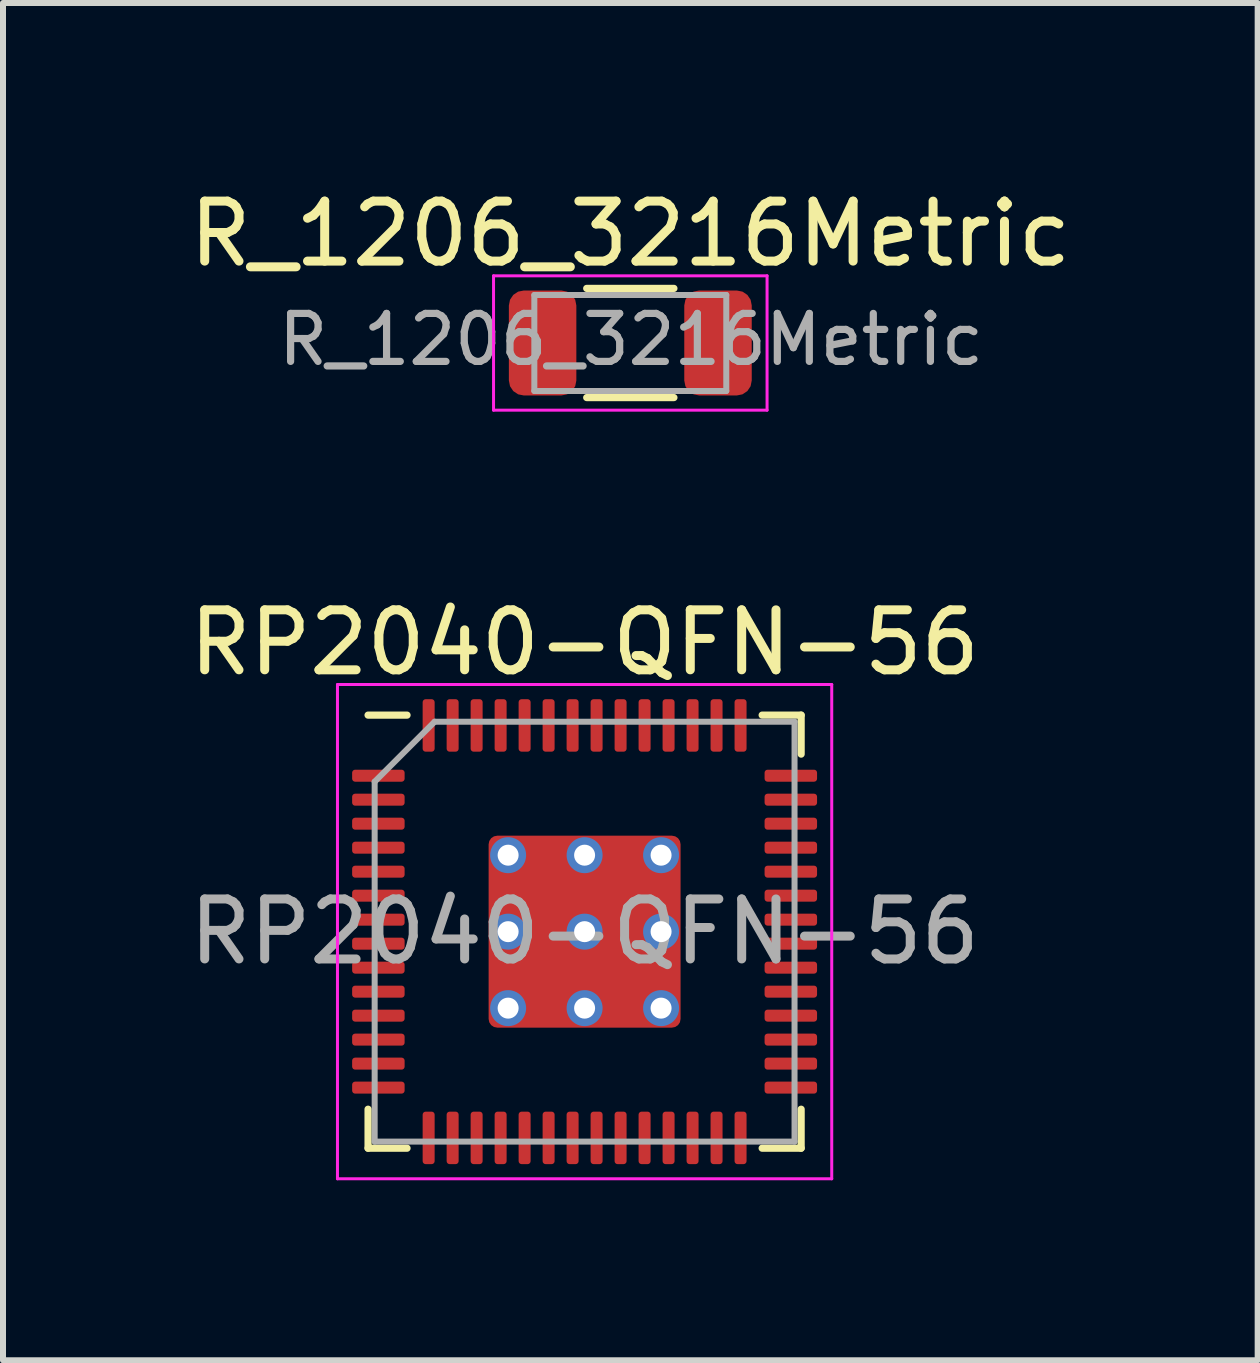
<source format=kicad_pcb>
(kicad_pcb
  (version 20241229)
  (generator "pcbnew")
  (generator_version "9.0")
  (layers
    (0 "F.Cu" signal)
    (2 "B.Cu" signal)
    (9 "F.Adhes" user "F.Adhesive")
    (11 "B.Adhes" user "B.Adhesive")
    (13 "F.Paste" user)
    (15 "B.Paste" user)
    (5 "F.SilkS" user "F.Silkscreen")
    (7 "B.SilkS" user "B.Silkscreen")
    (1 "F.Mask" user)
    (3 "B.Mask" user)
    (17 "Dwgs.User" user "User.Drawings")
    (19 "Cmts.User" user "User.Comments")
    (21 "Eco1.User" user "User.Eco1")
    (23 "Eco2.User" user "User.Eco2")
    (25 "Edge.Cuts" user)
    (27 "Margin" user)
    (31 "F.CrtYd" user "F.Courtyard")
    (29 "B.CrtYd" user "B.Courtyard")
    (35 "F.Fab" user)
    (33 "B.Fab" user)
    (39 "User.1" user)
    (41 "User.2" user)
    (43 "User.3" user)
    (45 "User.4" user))
  (footprint "R_1206_3216Metric"
    (placed yes)
    (layer "F.Cu")
    (at 7.458 2.668)
    (property "Reference" "R_1206_3216Metric" (at 0 -1.82 0) (layer "F.SilkS") (effects (font (size 1 1) (thickness 0.15))))
    (attr smd)
    (fp_line (start -0.727 -0.91) (end 0.727 -0.91) (stroke (width 0.12) (type solid)) (layer "F.SilkS"))
    (fp_line (start -0.727 0.91) (end 0.727 0.91) (stroke (width 0.12) (type solid)) (layer "F.SilkS"))
    (fp_line (start -2.28 -1.12) (end 2.28 -1.12) (stroke (width 0.05) (type solid)) (layer "F.CrtYd"))
    (fp_line (start -2.28 1.12) (end -2.28 -1.12) (stroke (width 0.05) (type solid)) (layer "F.CrtYd"))
    (fp_line (start 2.28 -1.12) (end 2.28 1.12) (stroke (width 0.05) (type solid)) (layer "F.CrtYd"))
    (fp_line (start 2.28 1.12) (end -2.28 1.12) (stroke (width 0.05) (type solid)) (layer "F.CrtYd"))
    (fp_line (start -1.6 -0.8) (end 1.6 -0.8) (stroke (width 0.1) (type solid)) (layer "F.Fab"))
    (fp_line (start -1.6 0.8) (end -1.6 -0.8) (stroke (width 0.1) (type solid)) (layer "F.Fab"))
    (fp_line (start 1.6 -0.8) (end 1.6 0.8) (stroke (width 0.1) (type solid)) (layer "F.Fab"))
    (fp_line (start 1.6 0.8) (end -1.6 0.8) (stroke (width 0.1) (type solid)) (layer "F.Fab"))
    (fp_text user "${REFERENCE}" (at 0.013 -0.057 0) (layer "F.Fab") (effects (font (size 0.8 0.8) (thickness 0.12))))
    (pad "1" smd roundrect (at -1.462 0 180) (size 1.125 1.75) (layers "F.Cu" "F.Mask" "F.Paste") (roundrect_rratio 0.222))
    (pad "2" smd roundrect (at 1.462 0 180) (size 1.125 1.75) (layers "F.Cu" "F.Mask" "F.Paste") (roundrect_rratio 0.222)))
  (footprint "RP2040-QFN-56"
    (layer "F.Cu")
    (at 6.696 12.482)
    (property "Reference" "RP2040-QFN-56" (at 0 -4.82 0) (layer "F.SilkS") (effects (font (size 1 1) (thickness 0.15))))
    (attr smd)
    (fp_line (start -3.61 3.61) (end -3.61 2.96) (stroke (width 0.12) (type solid)) (layer "F.SilkS"))
    (fp_line (start -2.96 -3.61) (end -3.61 -3.61) (stroke (width 0.12) (type solid)) (layer "F.SilkS"))
    (fp_line (start -2.96 3.61) (end -3.61 3.61) (stroke (width 0.12) (type solid)) (layer "F.SilkS"))
    (fp_line (start 2.96 -3.61) (end 3.61 -3.61) (stroke (width 0.12) (type solid)) (layer "F.SilkS"))
    (fp_line (start 2.96 3.61) (end 3.61 3.61) (stroke (width 0.12) (type solid)) (layer "F.SilkS"))
    (fp_line (start 3.61 -3.61) (end 3.61 -2.96) (stroke (width 0.12) (type solid)) (layer "F.SilkS"))
    (fp_line (start 3.61 3.61) (end 3.61 2.96) (stroke (width 0.12) (type solid)) (layer "F.SilkS"))
    (fp_line (start -4.12 -4.12) (end -4.12 4.12) (stroke (width 0.05) (type solid)) (layer "F.CrtYd"))
    (fp_line (start -4.12 4.12) (end 4.12 4.12) (stroke (width 0.05) (type solid)) (layer "F.CrtYd"))
    (fp_line (start 4.12 -4.12) (end -4.12 -4.12) (stroke (width 0.05) (type solid)) (layer "F.CrtYd"))
    (fp_line (start 4.12 4.12) (end 4.12 -4.12) (stroke (width 0.05) (type solid)) (layer "F.CrtYd"))
    (fp_line (start -3.5 -2.5) (end -2.5 -3.5) (stroke (width 0.1) (type solid)) (layer "F.Fab"))
    (fp_line (start -3.5 3.5) (end -3.5 -2.5) (stroke (width 0.1) (type solid)) (layer "F.Fab"))
    (fp_line (start -2.5 -3.5) (end 3.5 -3.5) (stroke (width 0.1) (type solid)) (layer "F.Fab"))
    (fp_line (start 3.5 -3.5) (end 3.5 3.5) (stroke (width 0.1) (type solid)) (layer "F.Fab"))
    (fp_line (start 3.5 3.5) (end -3.5 3.5) (stroke (width 0.1) (type solid)) (layer "F.Fab"))
    (fp_text user "${REFERENCE}" (at 0 0 0) (layer "F.Fab") (effects (font (size 1 1) (thickness 0.15))))
    (pad "" smd roundrect (at -0.637 -0.637 180) (size 1.084 1.084) (layers "F.Paste") (roundrect_rratio 0.231))
    (pad "" smd roundrect (at -0.637 0.637 180) (size 1.084 1.084) (layers "F.Paste") (roundrect_rratio 0.231))
    (pad "" smd roundrect (at 0.637 -0.637 180) (size 1.084 1.084) (layers "F.Paste") (roundrect_rratio 0.231))
    (pad "" smd roundrect (at 0.637 0.637 180) (size 1.084 1.084) (layers "F.Paste") (roundrect_rratio 0.231))
    (pad "1" smd roundrect (at -3.438 -2.6 180) (size 0.875 0.2) (layers "F.Cu" "F.Mask" "F.Paste") (roundrect_rratio 0.25))
    (pad "2" smd roundrect (at -3.438 -2.2 180) (size 0.875 0.2) (layers "F.Cu" "F.Mask" "F.Paste") (roundrect_rratio 0.25))
    (pad "3" smd roundrect (at -3.438 -1.8 180) (size 0.875 0.2) (layers "F.Cu" "F.Mask" "F.Paste") (roundrect_rratio 0.25))
    (pad "4" smd roundrect (at -3.438 -1.4 180) (size 0.875 0.2) (layers "F.Cu" "F.Mask" "F.Paste") (roundrect_rratio 0.25))
    (pad "5" smd roundrect (at -3.438 -1 180) (size 0.875 0.2) (layers "F.Cu" "F.Mask" "F.Paste") (roundrect_rratio 0.25))
    (pad "6" smd roundrect (at -3.438 -0.6 180) (size 0.875 0.2) (layers "F.Cu" "F.Mask" "F.Paste") (roundrect_rratio 0.25))
    (pad "7" smd roundrect (at -3.438 -0.2 180) (size 0.875 0.2) (layers "F.Cu" "F.Mask" "F.Paste") (roundrect_rratio 0.25))
    (pad "8" smd roundrect (at -3.438 0.2 180) (size 0.875 0.2) (layers "F.Cu" "F.Mask" "F.Paste") (roundrect_rratio 0.25))
    (pad "9" smd roundrect (at -3.438 0.6 180) (size 0.875 0.2) (layers "F.Cu" "F.Mask" "F.Paste") (roundrect_rratio 0.25))
    (pad "10" smd roundrect (at -3.438 1 180) (size 0.875 0.2) (layers "F.Cu" "F.Mask" "F.Paste") (roundrect_rratio 0.25))
    (pad "11" smd roundrect (at -3.438 1.4 180) (size 0.875 0.2) (layers "F.Cu" "F.Mask" "F.Paste") (roundrect_rratio 0.25))
    (pad "12" smd roundrect (at -3.438 1.8 180) (size 0.875 0.2) (layers "F.Cu" "F.Mask" "F.Paste") (roundrect_rratio 0.25))
    (pad "13" smd roundrect (at -3.438 2.2 180) (size 0.875 0.2) (layers "F.Cu" "F.Mask" "F.Paste") (roundrect_rratio 0.25))
    (pad "14" smd roundrect (at -3.438 2.6 180) (size 0.875 0.2) (layers "F.Cu" "F.Mask" "F.Paste") (roundrect_rratio 0.25))
    (pad "15" smd roundrect (at -2.6 3.438 180) (size 0.2 0.875) (layers "F.Cu" "F.Mask" "F.Paste") (roundrect_rratio 0.25))
    (pad "16" smd roundrect (at -2.2 3.438 180) (size 0.2 0.875) (layers "F.Cu" "F.Mask" "F.Paste") (roundrect_rratio 0.25))
    (pad "17" smd roundrect (at -1.8 3.438 180) (size 0.2 0.875) (layers "F.Cu" "F.Mask" "F.Paste") (roundrect_rratio 0.25))
    (pad "18" smd roundrect (at -1.4 3.438 180) (size 0.2 0.875) (layers "F.Cu" "F.Mask" "F.Paste") (roundrect_rratio 0.25))
    (pad "19" smd roundrect (at -1 3.438 180) (size 0.2 0.875) (layers "F.Cu" "F.Mask" "F.Paste") (roundrect_rratio 0.25))
    (pad "20" smd roundrect (at -0.6 3.438 180) (size 0.2 0.875) (layers "F.Cu" "F.Mask" "F.Paste") (roundrect_rratio 0.25))
    (pad "21" smd roundrect (at -0.2 3.438 180) (size 0.2 0.875) (layers "F.Cu" "F.Mask" "F.Paste") (roundrect_rratio 0.25))
    (pad "22" smd roundrect (at 0.2 3.438 180) (size 0.2 0.875) (layers "F.Cu" "F.Mask" "F.Paste") (roundrect_rratio 0.25))
    (pad "23" smd roundrect (at 0.6 3.438 180) (size 0.2 0.875) (layers "F.Cu" "F.Mask" "F.Paste") (roundrect_rratio 0.25))
    (pad "24" smd roundrect (at 1 3.438 180) (size 0.2 0.875) (layers "F.Cu" "F.Mask" "F.Paste") (roundrect_rratio 0.25))
    (pad "25" smd roundrect (at 1.4 3.438 180) (size 0.2 0.875) (layers "F.Cu" "F.Mask" "F.Paste") (roundrect_rratio 0.25))
    (pad "26" smd roundrect (at 1.8 3.438 180) (size 0.2 0.875) (layers "F.Cu" "F.Mask" "F.Paste") (roundrect_rratio 0.25))
    (pad "27" smd roundrect (at 2.2 3.438 180) (size 0.2 0.875) (layers "F.Cu" "F.Mask" "F.Paste") (roundrect_rratio 0.25))
    (pad "28" smd roundrect (at 2.6 3.438 180) (size 0.2 0.875) (layers "F.Cu" "F.Mask" "F.Paste") (roundrect_rratio 0.25))
    (pad "29" smd roundrect (at 3.438 2.6 180) (size 0.875 0.2) (layers "F.Cu" "F.Mask" "F.Paste") (roundrect_rratio 0.25))
    (pad "30" smd roundrect (at 3.438 2.2 180) (size 0.875 0.2) (layers "F.Cu" "F.Mask" "F.Paste") (roundrect_rratio 0.25))
    (pad "31" smd roundrect (at 3.438 1.8 180) (size 0.875 0.2) (layers "F.Cu" "F.Mask" "F.Paste") (roundrect_rratio 0.25))
    (pad "32" smd roundrect (at 3.438 1.4 180) (size 0.875 0.2) (layers "F.Cu" "F.Mask" "F.Paste") (roundrect_rratio 0.25))
    (pad "33" smd roundrect (at 3.438 1 180) (size 0.875 0.2) (layers "F.Cu" "F.Mask" "F.Paste") (roundrect_rratio 0.25))
    (pad "34" smd roundrect (at 3.438 0.6 180) (size 0.875 0.2) (layers "F.Cu" "F.Mask" "F.Paste") (roundrect_rratio 0.25))
    (pad "35" smd roundrect (at 3.438 0.2 180) (size 0.875 0.2) (layers "F.Cu" "F.Mask" "F.Paste") (roundrect_rratio 0.25))
    (pad "36" smd roundrect (at 3.438 -0.2 180) (size 0.875 0.2) (layers "F.Cu" "F.Mask" "F.Paste") (roundrect_rratio 0.25))
    (pad "37" smd roundrect (at 3.438 -0.6 180) (size 0.875 0.2) (layers "F.Cu" "F.Mask" "F.Paste") (roundrect_rratio 0.25))
    (pad "38" smd roundrect (at 3.438 -1 180) (size 0.875 0.2) (layers "F.Cu" "F.Mask" "F.Paste") (roundrect_rratio 0.25))
    (pad "39" smd roundrect (at 3.438 -1.4 180) (size 0.875 0.2) (layers "F.Cu" "F.Mask" "F.Paste") (roundrect_rratio 0.25))
    (pad "40" smd roundrect (at 3.438 -1.8 180) (size 0.875 0.2) (layers "F.Cu" "F.Mask" "F.Paste") (roundrect_rratio 0.25))
    (pad "41" smd roundrect (at 3.438 -2.2 180) (size 0.875 0.2) (layers "F.Cu" "F.Mask" "F.Paste") (roundrect_rratio 0.25))
    (pad "42" smd roundrect (at 3.438 -2.6 180) (size 0.875 0.2) (layers "F.Cu" "F.Mask" "F.Paste") (roundrect_rratio 0.25))
    (pad "43" smd roundrect (at 2.6 -3.438 180) (size 0.2 0.875) (layers "F.Cu" "F.Mask" "F.Paste") (roundrect_rratio 0.25))
    (pad "44" smd roundrect (at 2.2 -3.438 180) (size 0.2 0.875) (layers "F.Cu" "F.Mask" "F.Paste") (roundrect_rratio 0.25))
    (pad "45" smd roundrect (at 1.8 -3.438 180) (size 0.2 0.875) (layers "F.Cu" "F.Mask" "F.Paste") (roundrect_rratio 0.25))
    (pad "46" smd roundrect (at 1.4 -3.438 180) (size 0.2 0.875) (layers "F.Cu" "F.Mask" "F.Paste") (roundrect_rratio 0.25))
    (pad "47" smd roundrect (at 1 -3.438 180) (size 0.2 0.875) (layers "F.Cu" "F.Mask" "F.Paste") (roundrect_rratio 0.25))
    (pad "48" smd roundrect (at 0.6 -3.438 180) (size 0.2 0.875) (layers "F.Cu" "F.Mask" "F.Paste") (roundrect_rratio 0.25))
    (pad "49" smd roundrect (at 0.2 -3.438 180) (size 0.2 0.875) (layers "F.Cu" "F.Mask" "F.Paste") (roundrect_rratio 0.25))
    (pad "50" smd roundrect (at -0.2 -3.438 180) (size 0.2 0.875) (layers "F.Cu" "F.Mask" "F.Paste") (roundrect_rratio 0.25))
    (pad "51" smd roundrect (at -0.6 -3.438 180) (size 0.2 0.875) (layers "F.Cu" "F.Mask" "F.Paste") (roundrect_rratio 0.25))
    (pad "52" smd roundrect (at -1 -3.438 180) (size 0.2 0.875) (layers "F.Cu" "F.Mask" "F.Paste") (roundrect_rratio 0.25))
    (pad "53" smd roundrect (at -1.4 -3.438 180) (size 0.2 0.875) (layers "F.Cu" "F.Mask" "F.Paste") (roundrect_rratio 0.25))
    (pad "54" smd roundrect (at -1.8 -3.438 180) (size 0.2 0.875) (layers "F.Cu" "F.Mask" "F.Paste") (roundrect_rratio 0.25))
    (pad "55" smd roundrect (at -2.2 -3.438 180) (size 0.2 0.875) (layers "F.Cu" "F.Mask" "F.Paste") (roundrect_rratio 0.25))
    (pad "56" smd roundrect (at -2.6 -3.438 180) (size 0.2 0.875) (layers "F.Cu" "F.Mask" "F.Paste") (roundrect_rratio 0.25))
    (pad "57" thru_hole circle (at -1.275 -1.275 180) (size 0.6 0.6) (drill 0.35) (layers "*.Cu"))
    (pad "57" thru_hole circle (at -1.275 0 180) (size 0.6 0.6) (drill 0.35) (layers "*.Cu"))
    (pad "57" thru_hole circle (at -1.275 1.275 180) (size 0.6 0.6) (drill 0.35) (layers "*.Cu"))
    (pad "57" thru_hole circle (at 0 -1.275 180) (size 0.6 0.6) (drill 0.35) (layers "*.Cu"))
    (pad "57" thru_hole circle (at 0 0 180) (size 0.6 0.6) (drill 0.35) (layers "*.Cu"))
    (pad "57" smd roundrect (at 0 0 180) (size 3.2 3.2) (layers "F.Cu" "F.Mask") (roundrect_rratio 0.045))
    (pad "57" thru_hole circle (at 0 1.275 180) (size 0.6 0.6) (drill 0.35) (layers "*.Cu"))
    (pad "57" thru_hole circle (at 1.275 -1.275 180) (size 0.6 0.6) (drill 0.35) (layers "*.Cu"))
    (pad "57" thru_hole circle (at 1.275 0 180) (size 0.6 0.6) (drill 0.35) (layers "*.Cu"))
    (pad "57" thru_hole circle (at 1.275 1.275 180) (size 0.6 0.6) (drill 0.35) (layers "*.Cu")))
  (gr_rect
    (start -3 -3)
    (end 17.917 19.627)
    (stroke (width 0.1) (type default))
    (fill no)
    (layer "Edge.Cuts")))
</source>
